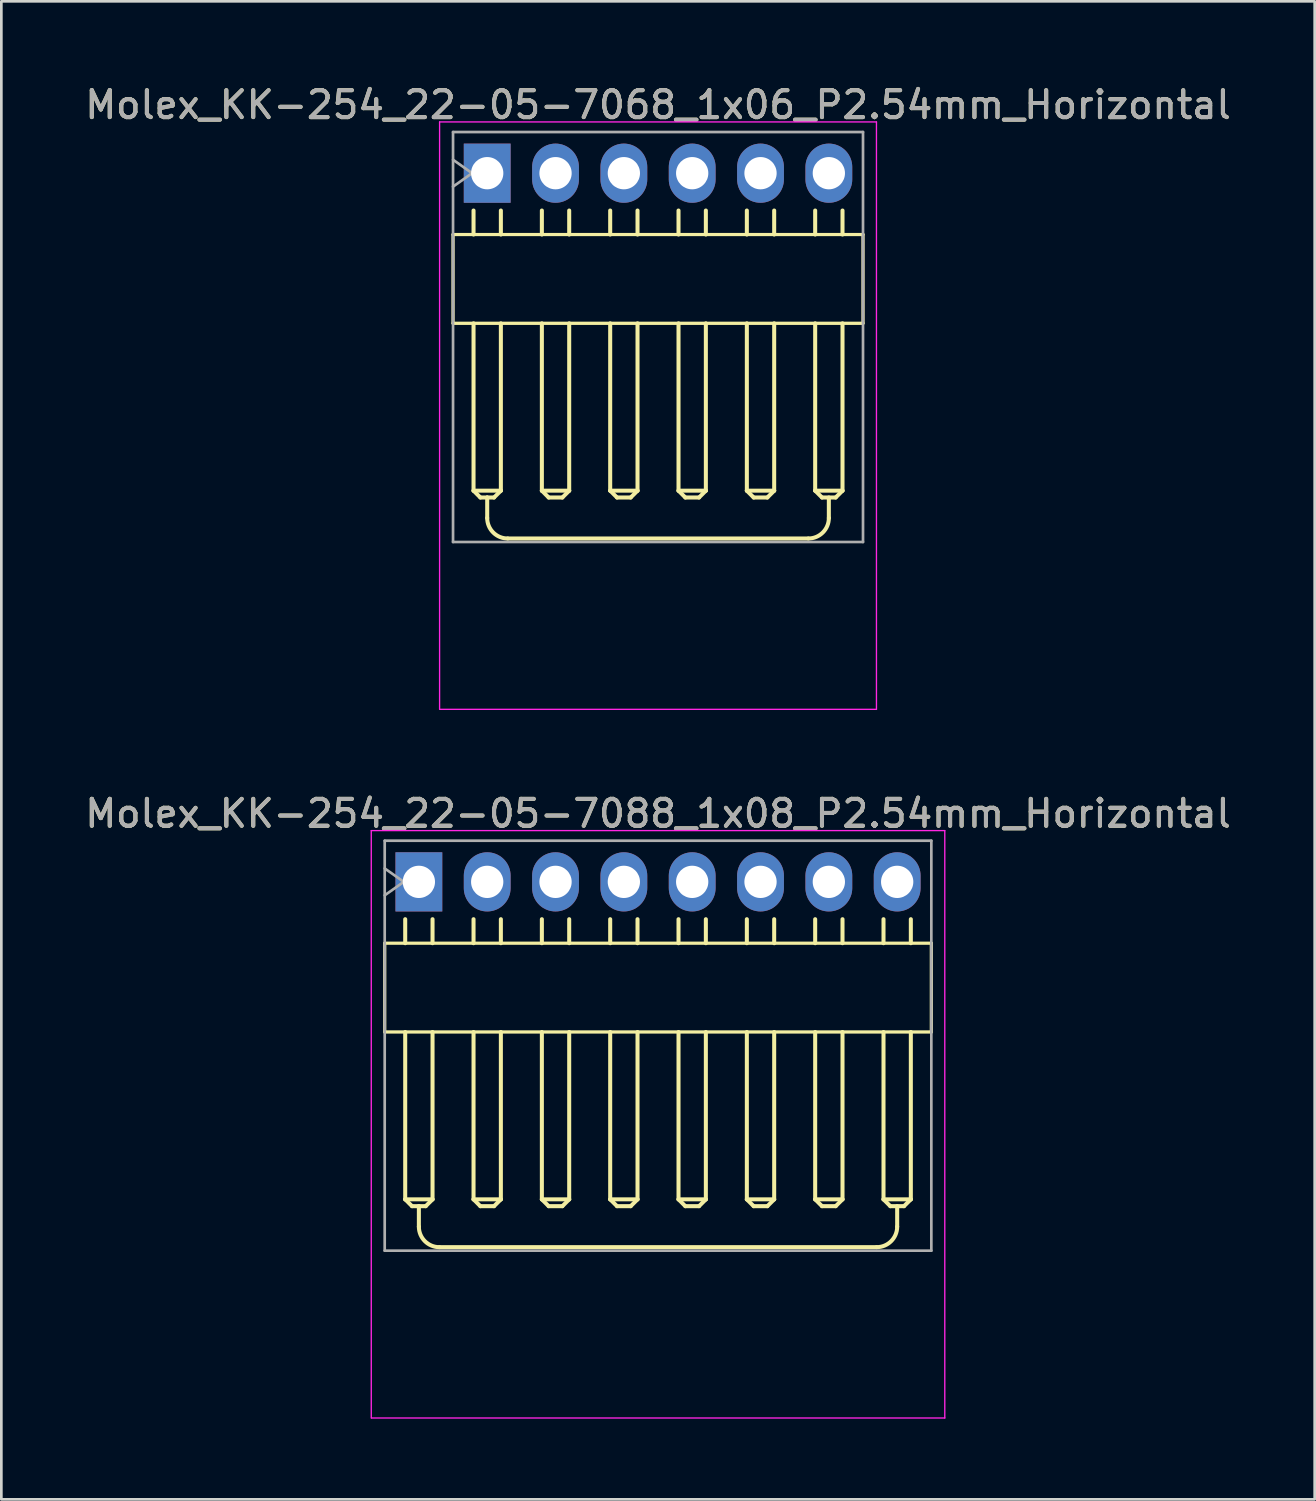
<source format=kicad_pcb>
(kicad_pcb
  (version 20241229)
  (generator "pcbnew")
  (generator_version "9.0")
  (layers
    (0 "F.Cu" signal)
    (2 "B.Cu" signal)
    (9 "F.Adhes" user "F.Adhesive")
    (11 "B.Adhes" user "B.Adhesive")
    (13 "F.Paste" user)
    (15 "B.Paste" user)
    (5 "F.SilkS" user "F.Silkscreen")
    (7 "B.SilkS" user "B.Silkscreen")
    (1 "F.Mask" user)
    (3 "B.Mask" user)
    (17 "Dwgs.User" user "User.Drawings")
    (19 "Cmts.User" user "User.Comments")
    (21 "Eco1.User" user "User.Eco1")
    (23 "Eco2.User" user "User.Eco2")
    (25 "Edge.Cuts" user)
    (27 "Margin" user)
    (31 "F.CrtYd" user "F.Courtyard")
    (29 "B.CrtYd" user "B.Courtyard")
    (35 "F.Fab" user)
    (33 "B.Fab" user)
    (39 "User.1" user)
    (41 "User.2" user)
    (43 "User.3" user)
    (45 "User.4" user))
  (footprint "Molex_KK-254_22-05-7068_1x06_P2.54mm_Horizontal"
    (layer "F.Cu")
    (at 15.061 3.388)
    (property "Reference" "Molex_KK-254_22-05-7068_1x06_P2.54mm_Horizontal" (at 6.35 -2.54 0) (layer "F.SilkS") (effects (font (size 1 1) (thickness 0.15))))
    (attr through_hole)
    (fp_line (start -1.27 2.28) (end -1.27 5.58) (stroke (width 0.12) (type solid)) (layer "F.SilkS"))
    (fp_line (start -1.27 2.28) (end 13.97 2.28) (stroke (width 0.12) (type solid)) (layer "F.SilkS"))
    (fp_line (start -0.508 1.388) (end -0.508 2.28) (stroke (width 0.15) (type solid)) (layer "F.SilkS"))
    (fp_line (start -0.508 11.802) (end -0.508 5.582) (stroke (width 0.15) (type solid)) (layer "F.SilkS"))
    (fp_line (start -0.508 11.802) (end 0.508 11.802) (stroke (width 0.15) (type solid)) (layer "F.SilkS"))
    (fp_line (start -0.254 12.056) (end -0.508 11.802) (stroke (width 0.15) (type solid)) (layer "F.SilkS"))
    (fp_line (start 0 12.056) (end -0.254 12.056) (stroke (width 0.15) (type solid)) (layer "F.SilkS"))
    (fp_line (start 0 12.056) (end 0 12.818) (stroke (width 0.15) (type solid)) (layer "F.SilkS"))
    (fp_line (start 0.254 12.056) (end 0 12.056) (stroke (width 0.15) (type solid)) (layer "F.SilkS"))
    (fp_line (start 0.508 2.28) (end 0.508 1.388) (stroke (width 0.15) (type solid)) (layer "F.SilkS"))
    (fp_line (start 0.508 5.582) (end 0.508 11.802) (stroke (width 0.15) (type solid)) (layer "F.SilkS"))
    (fp_line (start 0.508 11.802) (end 0.254 12.056) (stroke (width 0.15) (type solid)) (layer "F.SilkS"))
    (fp_line (start 0.762 13.58) (end 11.938 13.58) (stroke (width 0.15) (type solid)) (layer "F.SilkS"))
    (fp_line (start 2.032 2.28) (end 2.032 1.388) (stroke (width 0.15) (type solid)) (layer "F.SilkS"))
    (fp_line (start 2.032 5.582) (end 2.032 11.802) (stroke (width 0.15) (type solid)) (layer "F.SilkS"))
    (fp_line (start 2.032 11.802) (end 2.286 12.056) (stroke (width 0.15) (type solid)) (layer "F.SilkS"))
    (fp_line (start 2.286 12.056) (end 2.794 12.056) (stroke (width 0.15) (type solid)) (layer "F.SilkS"))
    (fp_line (start 2.794 12.056) (end 3.048 11.802) (stroke (width 0.15) (type solid)) (layer "F.SilkS"))
    (fp_line (start 3.048 2.28) (end 3.048 1.388) (stroke (width 0.15) (type solid)) (layer "F.SilkS"))
    (fp_line (start 3.048 11.802) (end 2.032 11.802) (stroke (width 0.15) (type solid)) (layer "F.SilkS"))
    (fp_line (start 3.048 11.802) (end 3.048 5.582) (stroke (width 0.15) (type solid)) (layer "F.SilkS"))
    (fp_line (start 4.572 2.28) (end 4.572 1.388) (stroke (width 0.15) (type solid)) (layer "F.SilkS"))
    (fp_line (start 4.572 5.582) (end 4.572 11.802) (stroke (width 0.15) (type solid)) (layer "F.SilkS"))
    (fp_line (start 4.572 11.802) (end 4.826 12.056) (stroke (width 0.15) (type solid)) (layer "F.SilkS"))
    (fp_line (start 4.826 12.056) (end 5.334 12.056) (stroke (width 0.15) (type solid)) (layer "F.SilkS"))
    (fp_line (start 5.334 12.056) (end 5.588 11.802) (stroke (width 0.15) (type solid)) (layer "F.SilkS"))
    (fp_line (start 5.588 2.28) (end 5.588 1.388) (stroke (width 0.15) (type solid)) (layer "F.SilkS"))
    (fp_line (start 5.588 11.802) (end 4.572 11.802) (stroke (width 0.15) (type solid)) (layer "F.SilkS"))
    (fp_line (start 5.588 11.802) (end 5.588 5.582) (stroke (width 0.15) (type solid)) (layer "F.SilkS"))
    (fp_line (start 7.112 2.28) (end 7.112 1.388) (stroke (width 0.15) (type solid)) (layer "F.SilkS"))
    (fp_line (start 7.112 5.582) (end 7.112 11.802) (stroke (width 0.15) (type solid)) (layer "F.SilkS"))
    (fp_line (start 7.112 11.802) (end 7.366 12.056) (stroke (width 0.15) (type solid)) (layer "F.SilkS"))
    (fp_line (start 7.366 12.056) (end 7.874 12.056) (stroke (width 0.15) (type solid)) (layer "F.SilkS"))
    (fp_line (start 7.874 12.056) (end 8.128 11.802) (stroke (width 0.15) (type solid)) (layer "F.SilkS"))
    (fp_line (start 8.128 2.28) (end 8.128 1.388) (stroke (width 0.15) (type solid)) (layer "F.SilkS"))
    (fp_line (start 8.128 11.802) (end 7.112 11.802) (stroke (width 0.15) (type solid)) (layer "F.SilkS"))
    (fp_line (start 8.128 11.802) (end 8.128 5.582) (stroke (width 0.15) (type solid)) (layer "F.SilkS"))
    (fp_line (start 9.652 2.28) (end 9.652 1.388) (stroke (width 0.15) (type solid)) (layer "F.SilkS"))
    (fp_line (start 9.652 5.582) (end 9.652 11.802) (stroke (width 0.15) (type solid)) (layer "F.SilkS"))
    (fp_line (start 9.652 11.802) (end 9.906 12.056) (stroke (width 0.15) (type solid)) (layer "F.SilkS"))
    (fp_line (start 9.906 12.056) (end 10.414 12.056) (stroke (width 0.15) (type solid)) (layer "F.SilkS"))
    (fp_line (start 10.414 12.056) (end 10.668 11.802) (stroke (width 0.15) (type solid)) (layer "F.SilkS"))
    (fp_line (start 10.668 2.28) (end 10.668 1.388) (stroke (width 0.15) (type solid)) (layer "F.SilkS"))
    (fp_line (start 10.668 11.802) (end 9.652 11.802) (stroke (width 0.15) (type solid)) (layer "F.SilkS"))
    (fp_line (start 10.668 11.802) (end 10.668 5.582) (stroke (width 0.15) (type solid)) (layer "F.SilkS"))
    (fp_line (start 12.192 2.28) (end 12.192 1.388) (stroke (width 0.15) (type solid)) (layer "F.SilkS"))
    (fp_line (start 12.192 5.582) (end 12.192 11.802) (stroke (width 0.15) (type solid)) (layer "F.SilkS"))
    (fp_line (start 12.192 11.802) (end 12.446 12.056) (stroke (width 0.15) (type solid)) (layer "F.SilkS"))
    (fp_line (start 12.446 12.056) (end 12.954 12.056) (stroke (width 0.15) (type solid)) (layer "F.SilkS"))
    (fp_line (start 12.7 12.056) (end 12.7 12.818) (stroke (width 0.15) (type solid)) (layer "F.SilkS"))
    (fp_line (start 12.954 12.056) (end 13.208 11.802) (stroke (width 0.15) (type solid)) (layer "F.SilkS"))
    (fp_line (start 13.208 2.28) (end 13.208 1.388) (stroke (width 0.15) (type solid)) (layer "F.SilkS"))
    (fp_line (start 13.208 11.802) (end 12.192 11.802) (stroke (width 0.15) (type solid)) (layer "F.SilkS"))
    (fp_line (start 13.208 11.802) (end 13.208 5.582) (stroke (width 0.15) (type solid)) (layer "F.SilkS"))
    (fp_line (start 13.97 2.28) (end 13.97 5.58) (stroke (width 0.12) (type solid)) (layer "F.SilkS"))
    (fp_line (start 13.97 5.58) (end -1.27 5.58) (stroke (width 0.12) (type solid)) (layer "F.SilkS"))
    (fp_arc (start 0.762 13.58) (mid 0.223185 13.356815) (end 0 12.818) (stroke (width 0.15) (type solid)) (layer "F.SilkS"))
    (fp_arc (start 12.7 12.818) (mid 12.476815 13.356815) (end 11.938 13.58) (stroke (width 0.15) (type solid)) (layer "F.SilkS"))
    (fp_line (start -1.77 -1.905) (end -1.77 19.93) (stroke (width 0.05) (type solid)) (layer "F.CrtYd"))
    (fp_line (start -1.762 19.93) (end 14.47 19.93) (stroke (width 0.05) (type solid)) (layer "F.CrtYd"))
    (fp_line (start 14.47 -1.905) (end -1.77 -1.905) (stroke (width 0.05) (type solid)) (layer "F.CrtYd"))
    (fp_line (start 14.47 19.93) (end 14.47 -1.905) (stroke (width 0.05) (type solid)) (layer "F.CrtYd"))
    (fp_line (start -1.27 -1.53) (end -1.27 13.71) (stroke (width 0.1) (type solid)) (layer "F.Fab"))
    (fp_line (start -1.27 -0.5) (end -0.563 0) (stroke (width 0.1) (type solid)) (layer "F.Fab"))
    (fp_line (start -1.27 13.71) (end 13.97 13.71) (stroke (width 0.1) (type solid)) (layer "F.Fab"))
    (fp_line (start -0.563 0) (end -1.27 0.5) (stroke (width 0.1) (type solid)) (layer "F.Fab"))
    (fp_line (start 13.97 -1.53) (end -1.27 -1.53) (stroke (width 0.1) (type solid)) (layer "F.Fab"))
    (fp_line (start 13.97 13.71) (end 13.97 -1.53) (stroke (width 0.1) (type solid)) (layer "F.Fab"))
    (fp_text user "${REFERENCE}" (at 6.35 -2.54 0) (layer "F.Fab") (effects (font (size 1 1) (thickness 0.15))))
    (pad "1" thru_hole rect (at 0 0) (size 1.74 2.2) (drill 1.2) (layers "*.Cu" "*.Mask"))
    (pad "2" thru_hole oval (at 2.54 0) (size 1.74 2.2) (drill 1.2) (layers "*.Cu" "*.Mask"))
    (pad "3" thru_hole oval (at 5.08 0) (size 1.74 2.2) (drill 1.2) (layers "*.Cu" "*.Mask"))
    (pad "4" thru_hole oval (at 7.62 0) (size 1.74 2.2) (drill 1.2) (layers "*.Cu" "*.Mask"))
    (pad "5" thru_hole oval (at 10.16 0) (size 1.74 2.2) (drill 1.2) (layers "*.Cu" "*.Mask"))
    (pad "6" thru_hole oval (at 12.7 0) (size 1.74 2.2) (drill 1.2) (layers "*.Cu" "*.Mask")))
  (footprint "Molex_KK-254_22-05-7088_1x08_P2.54mm_Horizontal"
    (layer "F.Cu")
    (at 12.521 29.732)
    (property "Reference" "Molex_KK-254_22-05-7088_1x08_P2.54mm_Horizontal" (at 8.89 -2.54 0) (layer "F.SilkS") (effects (font (size 1 1) (thickness 0.15))))
    (attr through_hole)
    (fp_line (start -1.27 2.28) (end -1.27 5.58) (stroke (width 0.12) (type solid)) (layer "F.SilkS"))
    (fp_line (start -1.27 2.28) (end 19.05 2.28) (stroke (width 0.12) (type solid)) (layer "F.SilkS"))
    (fp_line (start -0.508 1.388) (end -0.508 2.28) (stroke (width 0.15) (type solid)) (layer "F.SilkS"))
    (fp_line (start -0.508 11.802) (end -0.508 5.582) (stroke (width 0.15) (type solid)) (layer "F.SilkS"))
    (fp_line (start -0.508 11.802) (end 0.508 11.802) (stroke (width 0.15) (type solid)) (layer "F.SilkS"))
    (fp_line (start -0.254 12.056) (end -0.508 11.802) (stroke (width 0.15) (type solid)) (layer "F.SilkS"))
    (fp_line (start 0 12.056) (end -0.254 12.056) (stroke (width 0.15) (type solid)) (layer "F.SilkS"))
    (fp_line (start 0 12.056) (end 0 12.818) (stroke (width 0.15) (type solid)) (layer "F.SilkS"))
    (fp_line (start 0.254 12.056) (end 0 12.056) (stroke (width 0.15) (type solid)) (layer "F.SilkS"))
    (fp_line (start 0.508 2.28) (end 0.508 1.388) (stroke (width 0.15) (type solid)) (layer "F.SilkS"))
    (fp_line (start 0.508 5.582) (end 0.508 11.802) (stroke (width 0.15) (type solid)) (layer "F.SilkS"))
    (fp_line (start 0.508 11.802) (end 0.254 12.056) (stroke (width 0.15) (type solid)) (layer "F.SilkS"))
    (fp_line (start 0.762 13.58) (end 17.018 13.58) (stroke (width 0.15) (type solid)) (layer "F.SilkS"))
    (fp_line (start 2.032 2.28) (end 2.032 1.388) (stroke (width 0.15) (type solid)) (layer "F.SilkS"))
    (fp_line (start 2.032 5.582) (end 2.032 11.802) (stroke (width 0.15) (type solid)) (layer "F.SilkS"))
    (fp_line (start 2.032 11.802) (end 2.286 12.056) (stroke (width 0.15) (type solid)) (layer "F.SilkS"))
    (fp_line (start 2.286 12.056) (end 2.794 12.056) (stroke (width 0.15) (type solid)) (layer "F.SilkS"))
    (fp_line (start 2.794 12.056) (end 3.048 11.802) (stroke (width 0.15) (type solid)) (layer "F.SilkS"))
    (fp_line (start 3.048 2.28) (end 3.048 1.388) (stroke (width 0.15) (type solid)) (layer "F.SilkS"))
    (fp_line (start 3.048 11.802) (end 2.032 11.802) (stroke (width 0.15) (type solid)) (layer "F.SilkS"))
    (fp_line (start 3.048 11.802) (end 3.048 5.582) (stroke (width 0.15) (type solid)) (layer "F.SilkS"))
    (fp_line (start 4.572 2.28) (end 4.572 1.388) (stroke (width 0.15) (type solid)) (layer "F.SilkS"))
    (fp_line (start 4.572 5.582) (end 4.572 11.802) (stroke (width 0.15) (type solid)) (layer "F.SilkS"))
    (fp_line (start 4.572 11.802) (end 4.826 12.056) (stroke (width 0.15) (type solid)) (layer "F.SilkS"))
    (fp_line (start 4.826 12.056) (end 5.334 12.056) (stroke (width 0.15) (type solid)) (layer "F.SilkS"))
    (fp_line (start 5.334 12.056) (end 5.588 11.802) (stroke (width 0.15) (type solid)) (layer "F.SilkS"))
    (fp_line (start 5.588 2.28) (end 5.588 1.388) (stroke (width 0.15) (type solid)) (layer "F.SilkS"))
    (fp_line (start 5.588 11.802) (end 4.572 11.802) (stroke (width 0.15) (type solid)) (layer "F.SilkS"))
    (fp_line (start 5.588 11.802) (end 5.588 5.582) (stroke (width 0.15) (type solid)) (layer "F.SilkS"))
    (fp_line (start 7.112 2.28) (end 7.112 1.388) (stroke (width 0.15) (type solid)) (layer "F.SilkS"))
    (fp_line (start 7.112 5.582) (end 7.112 11.802) (stroke (width 0.15) (type solid)) (layer "F.SilkS"))
    (fp_line (start 7.112 11.802) (end 7.366 12.056) (stroke (width 0.15) (type solid)) (layer "F.SilkS"))
    (fp_line (start 7.366 12.056) (end 7.874 12.056) (stroke (width 0.15) (type solid)) (layer "F.SilkS"))
    (fp_line (start 7.874 12.056) (end 8.128 11.802) (stroke (width 0.15) (type solid)) (layer "F.SilkS"))
    (fp_line (start 8.128 2.28) (end 8.128 1.388) (stroke (width 0.15) (type solid)) (layer "F.SilkS"))
    (fp_line (start 8.128 11.802) (end 7.112 11.802) (stroke (width 0.15) (type solid)) (layer "F.SilkS"))
    (fp_line (start 8.128 11.802) (end 8.128 5.582) (stroke (width 0.15) (type solid)) (layer "F.SilkS"))
    (fp_line (start 9.652 2.28) (end 9.652 1.388) (stroke (width 0.15) (type solid)) (layer "F.SilkS"))
    (fp_line (start 9.652 5.582) (end 9.652 11.802) (stroke (width 0.15) (type solid)) (layer "F.SilkS"))
    (fp_line (start 9.652 11.802) (end 9.906 12.056) (stroke (width 0.15) (type solid)) (layer "F.SilkS"))
    (fp_line (start 9.906 12.056) (end 10.414 12.056) (stroke (width 0.15) (type solid)) (layer "F.SilkS"))
    (fp_line (start 10.414 12.056) (end 10.668 11.802) (stroke (width 0.15) (type solid)) (layer "F.SilkS"))
    (fp_line (start 10.668 2.28) (end 10.668 1.388) (stroke (width 0.15) (type solid)) (layer "F.SilkS"))
    (fp_line (start 10.668 11.802) (end 9.652 11.802) (stroke (width 0.15) (type solid)) (layer "F.SilkS"))
    (fp_line (start 10.668 11.802) (end 10.668 5.582) (stroke (width 0.15) (type solid)) (layer "F.SilkS"))
    (fp_line (start 12.192 2.28) (end 12.192 1.388) (stroke (width 0.15) (type solid)) (layer "F.SilkS"))
    (fp_line (start 12.192 5.582) (end 12.192 11.802) (stroke (width 0.15) (type solid)) (layer "F.SilkS"))
    (fp_line (start 12.192 11.802) (end 12.446 12.056) (stroke (width 0.15) (type solid)) (layer "F.SilkS"))
    (fp_line (start 12.446 12.056) (end 12.954 12.056) (stroke (width 0.15) (type solid)) (layer "F.SilkS"))
    (fp_line (start 12.954 12.056) (end 13.208 11.802) (stroke (width 0.15) (type solid)) (layer "F.SilkS"))
    (fp_line (start 13.208 2.28) (end 13.208 1.388) (stroke (width 0.15) (type solid)) (layer "F.SilkS"))
    (fp_line (start 13.208 11.802) (end 12.192 11.802) (stroke (width 0.15) (type solid)) (layer "F.SilkS"))
    (fp_line (start 13.208 11.802) (end 13.208 5.582) (stroke (width 0.15) (type solid)) (layer "F.SilkS"))
    (fp_line (start 14.732 2.28) (end 14.732 1.388) (stroke (width 0.15) (type solid)) (layer "F.SilkS"))
    (fp_line (start 14.732 5.582) (end 14.732 11.802) (stroke (width 0.15) (type solid)) (layer "F.SilkS"))
    (fp_line (start 14.732 11.802) (end 14.986 12.056) (stroke (width 0.15) (type solid)) (layer "F.SilkS"))
    (fp_line (start 14.986 12.056) (end 15.494 12.056) (stroke (width 0.15) (type solid)) (layer "F.SilkS"))
    (fp_line (start 15.494 12.056) (end 15.748 11.802) (stroke (width 0.15) (type solid)) (layer "F.SilkS"))
    (fp_line (start 15.748 2.28) (end 15.748 1.388) (stroke (width 0.15) (type solid)) (layer "F.SilkS"))
    (fp_line (start 15.748 11.802) (end 14.732 11.802) (stroke (width 0.15) (type solid)) (layer "F.SilkS"))
    (fp_line (start 15.748 11.802) (end 15.748 5.582) (stroke (width 0.15) (type solid)) (layer "F.SilkS"))
    (fp_line (start 17.272 2.28) (end 17.272 1.388) (stroke (width 0.15) (type solid)) (layer "F.SilkS"))
    (fp_line (start 17.272 5.582) (end 17.272 11.802) (stroke (width 0.15) (type solid)) (layer "F.SilkS"))
    (fp_line (start 17.272 11.802) (end 17.526 12.056) (stroke (width 0.15) (type solid)) (layer "F.SilkS"))
    (fp_line (start 17.526 12.056) (end 18.034 12.056) (stroke (width 0.15) (type solid)) (layer "F.SilkS"))
    (fp_line (start 17.78 12.056) (end 17.78 12.818) (stroke (width 0.15) (type solid)) (layer "F.SilkS"))
    (fp_line (start 18.034 12.056) (end 18.288 11.802) (stroke (width 0.15) (type solid)) (layer "F.SilkS"))
    (fp_line (start 18.288 2.28) (end 18.288 1.388) (stroke (width 0.15) (type solid)) (layer "F.SilkS"))
    (fp_line (start 18.288 11.802) (end 17.272 11.802) (stroke (width 0.15) (type solid)) (layer "F.SilkS"))
    (fp_line (start 18.288 11.802) (end 18.288 5.582) (stroke (width 0.15) (type solid)) (layer "F.SilkS"))
    (fp_line (start 19.05 2.28) (end 19.05 5.58) (stroke (width 0.12) (type solid)) (layer "F.SilkS"))
    (fp_line (start 19.05 5.58) (end -1.27 5.58) (stroke (width 0.12) (type solid)) (layer "F.SilkS"))
    (fp_arc (start 0.762 13.58) (mid 0.223185 13.356815) (end 0 12.818) (stroke (width 0.15) (type solid)) (layer "F.SilkS"))
    (fp_arc (start 17.78 12.818) (mid 17.556815 13.356815) (end 17.018 13.58) (stroke (width 0.15) (type solid)) (layer "F.SilkS"))
    (fp_line (start -1.77 -1.905) (end -1.77 19.93) (stroke (width 0.05) (type solid)) (layer "F.CrtYd"))
    (fp_line (start -1.762 19.93) (end 19.55 19.93) (stroke (width 0.05) (type solid)) (layer "F.CrtYd"))
    (fp_line (start 19.55 -1.905) (end -1.77 -1.905) (stroke (width 0.05) (type solid)) (layer "F.CrtYd"))
    (fp_line (start 19.55 19.93) (end 19.55 -1.905) (stroke (width 0.05) (type solid)) (layer "F.CrtYd"))
    (fp_line (start -1.27 -1.53) (end -1.27 13.71) (stroke (width 0.1) (type solid)) (layer "F.Fab"))
    (fp_line (start -1.27 -0.5) (end -0.563 0) (stroke (width 0.1) (type solid)) (layer "F.Fab"))
    (fp_line (start -1.27 13.71) (end 19.05 13.71) (stroke (width 0.1) (type solid)) (layer "F.Fab"))
    (fp_line (start -0.563 0) (end -1.27 0.5) (stroke (width 0.1) (type solid)) (layer "F.Fab"))
    (fp_line (start 19.05 -1.53) (end -1.27 -1.53) (stroke (width 0.1) (type solid)) (layer "F.Fab"))
    (fp_line (start 19.05 13.71) (end 19.05 -1.53) (stroke (width 0.1) (type solid)) (layer "F.Fab"))
    (fp_text user "${REFERENCE}" (at 8.89 -2.54 0) (layer "F.Fab") (effects (font (size 1 1) (thickness 0.15))))
    (pad "1" thru_hole rect (at 0 0) (size 1.74 2.2) (drill 1.2) (layers "*.Cu" "*.Mask"))
    (pad "2" thru_hole oval (at 2.54 0) (size 1.74 2.2) (drill 1.2) (layers "*.Cu" "*.Mask"))
    (pad "3" thru_hole oval (at 5.08 0) (size 1.74 2.2) (drill 1.2) (layers "*.Cu" "*.Mask"))
    (pad "4" thru_hole oval (at 7.62 0) (size 1.74 2.2) (drill 1.2) (layers "*.Cu" "*.Mask"))
    (pad "5" thru_hole oval (at 10.16 0) (size 1.74 2.2) (drill 1.2) (layers "*.Cu" "*.Mask"))
    (pad "6" thru_hole oval (at 12.7 0) (size 1.74 2.2) (drill 1.2) (layers "*.Cu" "*.Mask"))
    (pad "7" thru_hole oval (at 15.24 0) (size 1.74 2.2) (drill 1.2) (layers "*.Cu" "*.Mask"))
    (pad "8" thru_hole oval (at 17.78 0) (size 1.74 2.2) (drill 1.2) (layers "*.Cu" "*.Mask")))
  (gr_rect
    (start -3 -3)
    (end 45.821 52.687)
    (stroke (width 0.1) (type default))
    (fill no)
    (layer "Edge.Cuts")))
</source>
